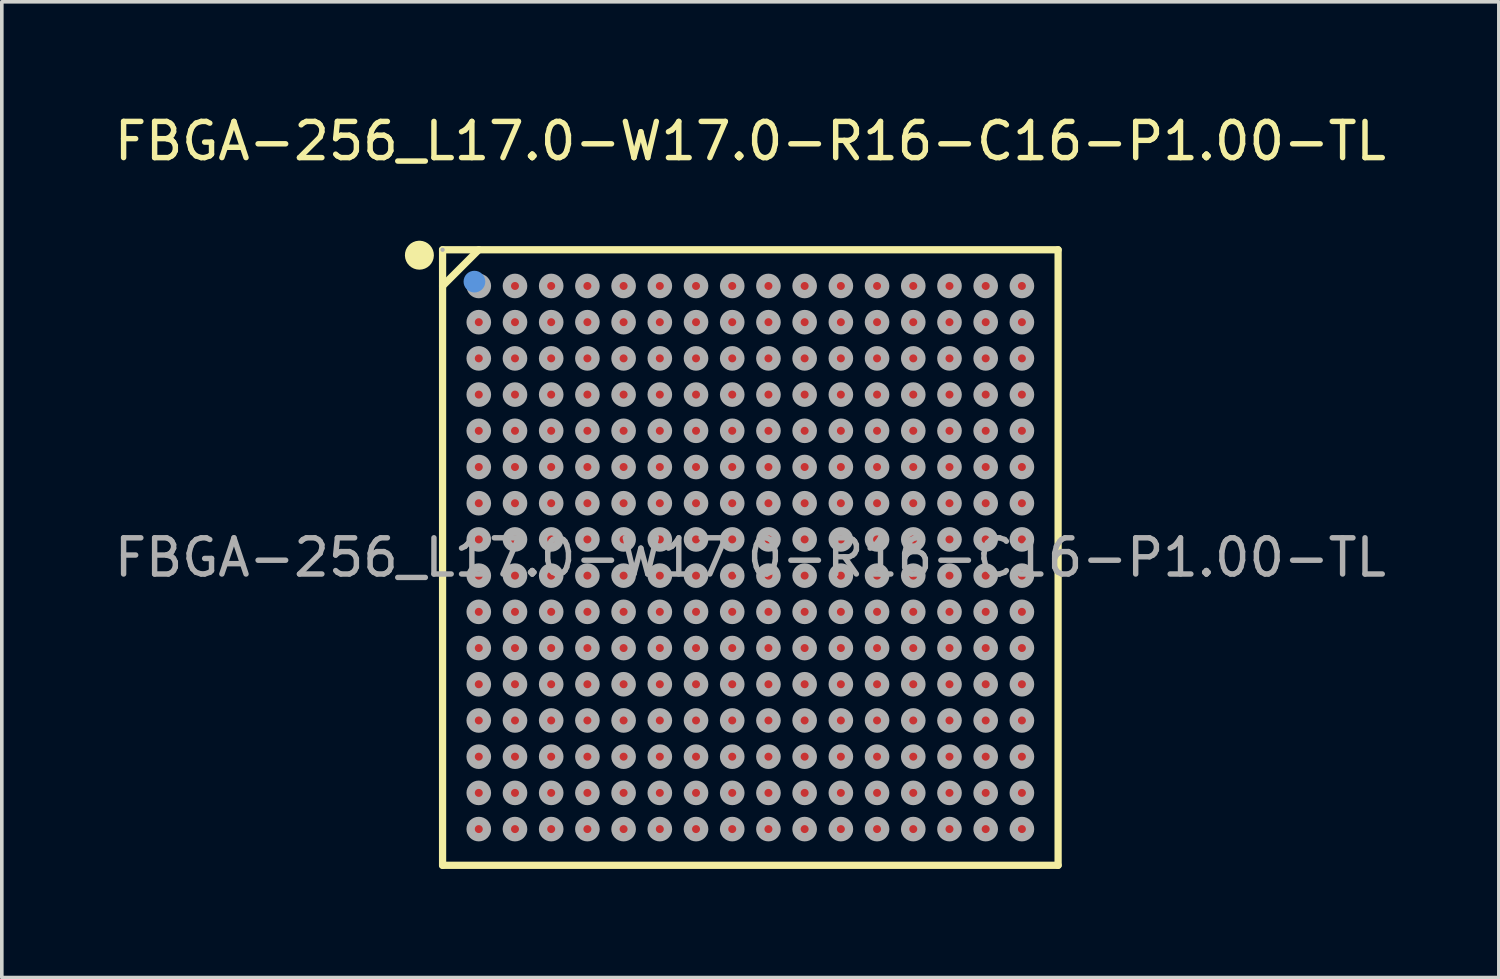
<source format=kicad_pcb>
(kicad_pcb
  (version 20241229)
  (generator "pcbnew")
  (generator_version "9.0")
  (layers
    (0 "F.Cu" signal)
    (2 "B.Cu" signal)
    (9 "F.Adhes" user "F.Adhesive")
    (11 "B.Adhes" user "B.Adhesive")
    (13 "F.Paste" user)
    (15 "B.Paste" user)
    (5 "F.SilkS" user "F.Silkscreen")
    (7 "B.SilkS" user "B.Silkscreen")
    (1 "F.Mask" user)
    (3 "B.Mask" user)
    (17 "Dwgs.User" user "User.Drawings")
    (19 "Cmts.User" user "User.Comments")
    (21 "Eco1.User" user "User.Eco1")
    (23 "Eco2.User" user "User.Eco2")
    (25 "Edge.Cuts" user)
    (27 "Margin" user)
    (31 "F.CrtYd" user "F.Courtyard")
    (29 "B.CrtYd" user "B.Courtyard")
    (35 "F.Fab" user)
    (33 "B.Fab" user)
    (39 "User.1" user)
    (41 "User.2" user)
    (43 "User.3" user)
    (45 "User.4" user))
  (footprint "FBGA-256_L17.0-W17.0-R16-C16-P1.00-TL"
    (layer "F.Cu")
    (at 17.673 12.348)
    (property "Reference" "FBGA-256_L17.0-W17.0-R16-C16-P1.00-TL" (at 0 -11.5 0) (layer "F.SilkS") (effects (font (size 1 1) (thickness 0.15))))
    (attr through_hole)
    (fp_line (start -8.5 -8.5) (end 8.5 -8.5) (stroke (width 0.2) (type solid)) (layer "F.SilkS"))
    (fp_line (start -8.5 -7.5) (end -7.5 -8.5) (stroke (width 0.2) (type solid)) (layer "F.SilkS"))
    (fp_line (start -8.5 8.5) (end -8.5 -8.5) (stroke (width 0.2) (type solid)) (layer "F.SilkS"))
    (fp_line (start 8.5 -8.5) (end 8.5 8.5) (stroke (width 0.2) (type solid)) (layer "F.SilkS"))
    (fp_line (start 8.5 8.5) (end -8.5 8.5) (stroke (width 0.2) (type solid)) (layer "F.SilkS"))
    (fp_arc (start -9.13 -8.55) (mid -9.139991 -8.14975) (end -9.150018 -8.549999) (stroke (width 0.4) (type solid)) (layer "F.SilkS"))
    (fp_circle (center -7.62 -7.62) (end -7.47 -7.62) (stroke (width 0.3) (type solid)) (fill no) (layer "Cmts.User"))
    (fp_circle (center -8.5 -8.5) (end -8.47 -8.5) (stroke (width 0.06) (type solid)) (fill no) (layer "F.Fab"))
    (fp_circle (center -7.5 -7.5) (end -7.39 -7.5) (stroke (width 0.23) (type solid)) (fill no) (layer "F.Fab"))
    (fp_circle (center -7.5 -6.5) (end -7.39 -6.5) (stroke (width 0.23) (type solid)) (fill no) (layer "F.Fab"))
    (fp_circle (center -7.5 -5.5) (end -7.39 -5.5) (stroke (width 0.23) (type solid)) (fill no) (layer "F.Fab"))
    (fp_circle (center -7.5 -4.5) (end -7.39 -4.5) (stroke (width 0.23) (type solid)) (fill no) (layer "F.Fab"))
    (fp_circle (center -7.5 -3.5) (end -7.39 -3.5) (stroke (width 0.23) (type solid)) (fill no) (layer "F.Fab"))
    (fp_circle (center -7.5 -2.5) (end -7.39 -2.5) (stroke (width 0.23) (type solid)) (fill no) (layer "F.Fab"))
    (fp_circle (center -7.5 -1.5) (end -7.39 -1.5) (stroke (width 0.23) (type solid)) (fill no) (layer "F.Fab"))
    (fp_circle (center -7.5 -0.5) (end -7.39 -0.5) (stroke (width 0.23) (type solid)) (fill no) (layer "F.Fab"))
    (fp_circle (center -7.5 0.5) (end -7.39 0.5) (stroke (width 0.23) (type solid)) (fill no) (layer "F.Fab"))
    (fp_circle (center -7.5 1.5) (end -7.39 1.5) (stroke (width 0.23) (type solid)) (fill no) (layer "F.Fab"))
    (fp_circle (center -7.5 2.5) (end -7.39 2.5) (stroke (width 0.23) (type solid)) (fill no) (layer "F.Fab"))
    (fp_circle (center -7.5 3.5) (end -7.39 3.5) (stroke (width 0.23) (type solid)) (fill no) (layer "F.Fab"))
    (fp_circle (center -7.5 4.5) (end -7.39 4.5) (stroke (width 0.23) (type solid)) (fill no) (layer "F.Fab"))
    (fp_circle (center -7.5 5.5) (end -7.39 5.5) (stroke (width 0.23) (type solid)) (fill no) (layer "F.Fab"))
    (fp_circle (center -7.5 6.5) (end -7.39 6.5) (stroke (width 0.23) (type solid)) (fill no) (layer "F.Fab"))
    (fp_circle (center -7.5 7.5) (end -7.39 7.5) (stroke (width 0.23) (type solid)) (fill no) (layer "F.Fab"))
    (fp_circle (center -6.5 -7.5) (end -6.39 -7.5) (stroke (width 0.23) (type solid)) (fill no) (layer "F.Fab"))
    (fp_circle (center -6.5 -6.5) (end -6.39 -6.5) (stroke (width 0.23) (type solid)) (fill no) (layer "F.Fab"))
    (fp_circle (center -6.5 -5.5) (end -6.39 -5.5) (stroke (width 0.23) (type solid)) (fill no) (layer "F.Fab"))
    (fp_circle (center -6.5 -4.5) (end -6.39 -4.5) (stroke (width 0.23) (type solid)) (fill no) (layer "F.Fab"))
    (fp_circle (center -6.5 -3.5) (end -6.39 -3.5) (stroke (width 0.23) (type solid)) (fill no) (layer "F.Fab"))
    (fp_circle (center -6.5 -2.5) (end -6.39 -2.5) (stroke (width 0.23) (type solid)) (fill no) (layer "F.Fab"))
    (fp_circle (center -6.5 -1.5) (end -6.39 -1.5) (stroke (width 0.23) (type solid)) (fill no) (layer "F.Fab"))
    (fp_circle (center -6.5 -0.5) (end -6.39 -0.5) (stroke (width 0.23) (type solid)) (fill no) (layer "F.Fab"))
    (fp_circle (center -6.5 0.5) (end -6.39 0.5) (stroke (width 0.23) (type solid)) (fill no) (layer "F.Fab"))
    (fp_circle (center -6.5 1.5) (end -6.39 1.5) (stroke (width 0.23) (type solid)) (fill no) (layer "F.Fab"))
    (fp_circle (center -6.5 2.5) (end -6.39 2.5) (stroke (width 0.23) (type solid)) (fill no) (layer "F.Fab"))
    (fp_circle (center -6.5 3.5) (end -6.39 3.5) (stroke (width 0.23) (type solid)) (fill no) (layer "F.Fab"))
    (fp_circle (center -6.5 4.5) (end -6.39 4.5) (stroke (width 0.23) (type solid)) (fill no) (layer "F.Fab"))
    (fp_circle (center -6.5 5.5) (end -6.39 5.5) (stroke (width 0.23) (type solid)) (fill no) (layer "F.Fab"))
    (fp_circle (center -6.5 6.5) (end -6.39 6.5) (stroke (width 0.23) (type solid)) (fill no) (layer "F.Fab"))
    (fp_circle (center -6.5 7.5) (end -6.39 7.5) (stroke (width 0.23) (type solid)) (fill no) (layer "F.Fab"))
    (fp_circle (center -5.5 -7.5) (end -5.39 -7.5) (stroke (width 0.23) (type solid)) (fill no) (layer "F.Fab"))
    (fp_circle (center -5.5 -6.5) (end -5.39 -6.5) (stroke (width 0.23) (type solid)) (fill no) (layer "F.Fab"))
    (fp_circle (center -5.5 -5.5) (end -5.39 -5.5) (stroke (width 0.23) (type solid)) (fill no) (layer "F.Fab"))
    (fp_circle (center -5.5 -4.5) (end -5.39 -4.5) (stroke (width 0.23) (type solid)) (fill no) (layer "F.Fab"))
    (fp_circle (center -5.5 -3.5) (end -5.39 -3.5) (stroke (width 0.23) (type solid)) (fill no) (layer "F.Fab"))
    (fp_circle (center -5.5 -2.5) (end -5.39 -2.5) (stroke (width 0.23) (type solid)) (fill no) (layer "F.Fab"))
    (fp_circle (center -5.5 -1.5) (end -5.39 -1.5) (stroke (width 0.23) (type solid)) (fill no) (layer "F.Fab"))
    (fp_circle (center -5.5 -0.5) (end -5.39 -0.5) (stroke (width 0.23) (type solid)) (fill no) (layer "F.Fab"))
    (fp_circle (center -5.5 0.5) (end -5.39 0.5) (stroke (width 0.23) (type solid)) (fill no) (layer "F.Fab"))
    (fp_circle (center -5.5 1.5) (end -5.39 1.5) (stroke (width 0.23) (type solid)) (fill no) (layer "F.Fab"))
    (fp_circle (center -5.5 2.5) (end -5.39 2.5) (stroke (width 0.23) (type solid)) (fill no) (layer "F.Fab"))
    (fp_circle (center -5.5 3.5) (end -5.39 3.5) (stroke (width 0.23) (type solid)) (fill no) (layer "F.Fab"))
    (fp_circle (center -5.5 4.5) (end -5.39 4.5) (stroke (width 0.23) (type solid)) (fill no) (layer "F.Fab"))
    (fp_circle (center -5.5 5.5) (end -5.39 5.5) (stroke (width 0.23) (type solid)) (fill no) (layer "F.Fab"))
    (fp_circle (center -5.5 6.5) (end -5.39 6.5) (stroke (width 0.23) (type solid)) (fill no) (layer "F.Fab"))
    (fp_circle (center -5.5 7.5) (end -5.39 7.5) (stroke (width 0.23) (type solid)) (fill no) (layer "F.Fab"))
    (fp_circle (center -4.5 -7.5) (end -4.39 -7.5) (stroke (width 0.23) (type solid)) (fill no) (layer "F.Fab"))
    (fp_circle (center -4.5 -6.5) (end -4.39 -6.5) (stroke (width 0.23) (type solid)) (fill no) (layer "F.Fab"))
    (fp_circle (center -4.5 -5.5) (end -4.39 -5.5) (stroke (width 0.23) (type solid)) (fill no) (layer "F.Fab"))
    (fp_circle (center -4.5 -4.5) (end -4.39 -4.5) (stroke (width 0.23) (type solid)) (fill no) (layer "F.Fab"))
    (fp_circle (center -4.5 -3.5) (end -4.39 -3.5) (stroke (width 0.23) (type solid)) (fill no) (layer "F.Fab"))
    (fp_circle (center -4.5 -2.5) (end -4.39 -2.5) (stroke (width 0.23) (type solid)) (fill no) (layer "F.Fab"))
    (fp_circle (center -4.5 -1.5) (end -4.39 -1.5) (stroke (width 0.23) (type solid)) (fill no) (layer "F.Fab"))
    (fp_circle (center -4.5 -0.5) (end -4.39 -0.5) (stroke (width 0.23) (type solid)) (fill no) (layer "F.Fab"))
    (fp_circle (center -4.5 0.5) (end -4.39 0.5) (stroke (width 0.23) (type solid)) (fill no) (layer "F.Fab"))
    (fp_circle (center -4.5 1.5) (end -4.39 1.5) (stroke (width 0.23) (type solid)) (fill no) (layer "F.Fab"))
    (fp_circle (center -4.5 2.5) (end -4.39 2.5) (stroke (width 0.23) (type solid)) (fill no) (layer "F.Fab"))
    (fp_circle (center -4.5 3.5) (end -4.39 3.5) (stroke (width 0.23) (type solid)) (fill no) (layer "F.Fab"))
    (fp_circle (center -4.5 4.5) (end -4.39 4.5) (stroke (width 0.23) (type solid)) (fill no) (layer "F.Fab"))
    (fp_circle (center -4.5 5.5) (end -4.39 5.5) (stroke (width 0.23) (type solid)) (fill no) (layer "F.Fab"))
    (fp_circle (center -4.5 6.5) (end -4.39 6.5) (stroke (width 0.23) (type solid)) (fill no) (layer "F.Fab"))
    (fp_circle (center -4.5 7.5) (end -4.39 7.5) (stroke (width 0.23) (type solid)) (fill no) (layer "F.Fab"))
    (fp_circle (center -3.5 -7.5) (end -3.39 -7.5) (stroke (width 0.23) (type solid)) (fill no) (layer "F.Fab"))
    (fp_circle (center -3.5 -6.5) (end -3.39 -6.5) (stroke (width 0.23) (type solid)) (fill no) (layer "F.Fab"))
    (fp_circle (center -3.5 -5.5) (end -3.39 -5.5) (stroke (width 0.23) (type solid)) (fill no) (layer "F.Fab"))
    (fp_circle (center -3.5 -4.5) (end -3.39 -4.5) (stroke (width 0.23) (type solid)) (fill no) (layer "F.Fab"))
    (fp_circle (center -3.5 -3.5) (end -3.39 -3.5) (stroke (width 0.23) (type solid)) (fill no) (layer "F.Fab"))
    (fp_circle (center -3.5 -2.5) (end -3.39 -2.5) (stroke (width 0.23) (type solid)) (fill no) (layer "F.Fab"))
    (fp_circle (center -3.5 -1.5) (end -3.39 -1.5) (stroke (width 0.23) (type solid)) (fill no) (layer "F.Fab"))
    (fp_circle (center -3.5 -0.5) (end -3.39 -0.5) (stroke (width 0.23) (type solid)) (fill no) (layer "F.Fab"))
    (fp_circle (center -3.5 0.5) (end -3.39 0.5) (stroke (width 0.23) (type solid)) (fill no) (layer "F.Fab"))
    (fp_circle (center -3.5 1.5) (end -3.39 1.5) (stroke (width 0.23) (type solid)) (fill no) (layer "F.Fab"))
    (fp_circle (center -3.5 2.5) (end -3.39 2.5) (stroke (width 0.23) (type solid)) (fill no) (layer "F.Fab"))
    (fp_circle (center -3.5 3.5) (end -3.39 3.5) (stroke (width 0.23) (type solid)) (fill no) (layer "F.Fab"))
    (fp_circle (center -3.5 4.5) (end -3.39 4.5) (stroke (width 0.23) (type solid)) (fill no) (layer "F.Fab"))
    (fp_circle (center -3.5 5.5) (end -3.39 5.5) (stroke (width 0.23) (type solid)) (fill no) (layer "F.Fab"))
    (fp_circle (center -3.5 6.5) (end -3.39 6.5) (stroke (width 0.23) (type solid)) (fill no) (layer "F.Fab"))
    (fp_circle (center -3.5 7.5) (end -3.39 7.5) (stroke (width 0.23) (type solid)) (fill no) (layer "F.Fab"))
    (fp_circle (center -2.5 -7.5) (end -2.39 -7.5) (stroke (width 0.23) (type solid)) (fill no) (layer "F.Fab"))
    (fp_circle (center -2.5 -6.5) (end -2.39 -6.5) (stroke (width 0.23) (type solid)) (fill no) (layer "F.Fab"))
    (fp_circle (center -2.5 -5.5) (end -2.39 -5.5) (stroke (width 0.23) (type solid)) (fill no) (layer "F.Fab"))
    (fp_circle (center -2.5 -4.5) (end -2.39 -4.5) (stroke (width 0.23) (type solid)) (fill no) (layer "F.Fab"))
    (fp_circle (center -2.5 -3.5) (end -2.39 -3.5) (stroke (width 0.23) (type solid)) (fill no) (layer "F.Fab"))
    (fp_circle (center -2.5 -2.5) (end -2.39 -2.5) (stroke (width 0.23) (type solid)) (fill no) (layer "F.Fab"))
    (fp_circle (center -2.5 -1.5) (end -2.39 -1.5) (stroke (width 0.23) (type solid)) (fill no) (layer "F.Fab"))
    (fp_circle (center -2.5 -0.5) (end -2.39 -0.5) (stroke (width 0.23) (type solid)) (fill no) (layer "F.Fab"))
    (fp_circle (center -2.5 0.5) (end -2.39 0.5) (stroke (width 0.23) (type solid)) (fill no) (layer "F.Fab"))
    (fp_circle (center -2.5 1.5) (end -2.39 1.5) (stroke (width 0.23) (type solid)) (fill no) (layer "F.Fab"))
    (fp_circle (center -2.5 2.5) (end -2.39 2.5) (stroke (width 0.23) (type solid)) (fill no) (layer "F.Fab"))
    (fp_circle (center -2.5 3.5) (end -2.39 3.5) (stroke (width 0.23) (type solid)) (fill no) (layer "F.Fab"))
    (fp_circle (center -2.5 4.5) (end -2.39 4.5) (stroke (width 0.23) (type solid)) (fill no) (layer "F.Fab"))
    (fp_circle (center -2.5 5.5) (end -2.39 5.5) (stroke (width 0.23) (type solid)) (fill no) (layer "F.Fab"))
    (fp_circle (center -2.5 6.5) (end -2.39 6.5) (stroke (width 0.23) (type solid)) (fill no) (layer "F.Fab"))
    (fp_circle (center -2.5 7.5) (end -2.39 7.5) (stroke (width 0.23) (type solid)) (fill no) (layer "F.Fab"))
    (fp_circle (center -1.5 -7.5) (end -1.39 -7.5) (stroke (width 0.23) (type solid)) (fill no) (layer "F.Fab"))
    (fp_circle (center -1.5 -6.5) (end -1.39 -6.5) (stroke (width 0.23) (type solid)) (fill no) (layer "F.Fab"))
    (fp_circle (center -1.5 -5.5) (end -1.39 -5.5) (stroke (width 0.23) (type solid)) (fill no) (layer "F.Fab"))
    (fp_circle (center -1.5 -4.5) (end -1.39 -4.5) (stroke (width 0.23) (type solid)) (fill no) (layer "F.Fab"))
    (fp_circle (center -1.5 -3.5) (end -1.39 -3.5) (stroke (width 0.23) (type solid)) (fill no) (layer "F.Fab"))
    (fp_circle (center -1.5 -2.5) (end -1.39 -2.5) (stroke (width 0.23) (type solid)) (fill no) (layer "F.Fab"))
    (fp_circle (center -1.5 -1.5) (end -1.39 -1.5) (stroke (width 0.23) (type solid)) (fill no) (layer "F.Fab"))
    (fp_circle (center -1.5 -0.5) (end -1.39 -0.5) (stroke (width 0.23) (type solid)) (fill no) (layer "F.Fab"))
    (fp_circle (center -1.5 0.5) (end -1.39 0.5) (stroke (width 0.23) (type solid)) (fill no) (layer "F.Fab"))
    (fp_circle (center -1.5 1.5) (end -1.39 1.5) (stroke (width 0.23) (type solid)) (fill no) (layer "F.Fab"))
    (fp_circle (center -1.5 2.5) (end -1.39 2.5) (stroke (width 0.23) (type solid)) (fill no) (layer "F.Fab"))
    (fp_circle (center -1.5 3.5) (end -1.39 3.5) (stroke (width 0.23) (type solid)) (fill no) (layer "F.Fab"))
    (fp_circle (center -1.5 4.5) (end -1.39 4.5) (stroke (width 0.23) (type solid)) (fill no) (layer "F.Fab"))
    (fp_circle (center -1.5 5.5) (end -1.39 5.5) (stroke (width 0.23) (type solid)) (fill no) (layer "F.Fab"))
    (fp_circle (center -1.5 6.5) (end -1.39 6.5) (stroke (width 0.23) (type solid)) (fill no) (layer "F.Fab"))
    (fp_circle (center -1.5 7.5) (end -1.39 7.5) (stroke (width 0.23) (type solid)) (fill no) (layer "F.Fab"))
    (fp_circle (center -0.5 -7.5) (end -0.39 -7.5) (stroke (width 0.23) (type solid)) (fill no) (layer "F.Fab"))
    (fp_circle (center -0.5 -6.5) (end -0.39 -6.5) (stroke (width 0.23) (type solid)) (fill no) (layer "F.Fab"))
    (fp_circle (center -0.5 -5.5) (end -0.39 -5.5) (stroke (width 0.23) (type solid)) (fill no) (layer "F.Fab"))
    (fp_circle (center -0.5 -4.5) (end -0.39 -4.5) (stroke (width 0.23) (type solid)) (fill no) (layer "F.Fab"))
    (fp_circle (center -0.5 -3.5) (end -0.39 -3.5) (stroke (width 0.23) (type solid)) (fill no) (layer "F.Fab"))
    (fp_circle (center -0.5 -2.5) (end -0.39 -2.5) (stroke (width 0.23) (type solid)) (fill no) (layer "F.Fab"))
    (fp_circle (center -0.5 -1.5) (end -0.39 -1.5) (stroke (width 0.23) (type solid)) (fill no) (layer "F.Fab"))
    (fp_circle (center -0.5 -0.5) (end -0.39 -0.5) (stroke (width 0.23) (type solid)) (fill no) (layer "F.Fab"))
    (fp_circle (center -0.5 0.5) (end -0.39 0.5) (stroke (width 0.23) (type solid)) (fill no) (layer "F.Fab"))
    (fp_circle (center -0.5 1.5) (end -0.39 1.5) (stroke (width 0.23) (type solid)) (fill no) (layer "F.Fab"))
    (fp_circle (center -0.5 2.5) (end -0.39 2.5) (stroke (width 0.23) (type solid)) (fill no) (layer "F.Fab"))
    (fp_circle (center -0.5 3.5) (end -0.39 3.5) (stroke (width 0.23) (type solid)) (fill no) (layer "F.Fab"))
    (fp_circle (center -0.5 4.5) (end -0.39 4.5) (stroke (width 0.23) (type solid)) (fill no) (layer "F.Fab"))
    (fp_circle (center -0.5 5.5) (end -0.39 5.5) (stroke (width 0.23) (type solid)) (fill no) (layer "F.Fab"))
    (fp_circle (center -0.5 6.5) (end -0.39 6.5) (stroke (width 0.23) (type solid)) (fill no) (layer "F.Fab"))
    (fp_circle (center -0.5 7.5) (end -0.39 7.5) (stroke (width 0.23) (type solid)) (fill no) (layer "F.Fab"))
    (fp_circle (center 0.5 -7.5) (end 0.61 -7.5) (stroke (width 0.23) (type solid)) (fill no) (layer "F.Fab"))
    (fp_circle (center 0.5 -6.5) (end 0.61 -6.5) (stroke (width 0.23) (type solid)) (fill no) (layer "F.Fab"))
    (fp_circle (center 0.5 -5.5) (end 0.61 -5.5) (stroke (width 0.23) (type solid)) (fill no) (layer "F.Fab"))
    (fp_circle (center 0.5 -4.5) (end 0.61 -4.5) (stroke (width 0.23) (type solid)) (fill no) (layer "F.Fab"))
    (fp_circle (center 0.5 -3.5) (end 0.61 -3.5) (stroke (width 0.23) (type solid)) (fill no) (layer "F.Fab"))
    (fp_circle (center 0.5 -2.5) (end 0.61 -2.5) (stroke (width 0.23) (type solid)) (fill no) (layer "F.Fab"))
    (fp_circle (center 0.5 -1.5) (end 0.61 -1.5) (stroke (width 0.23) (type solid)) (fill no) (layer "F.Fab"))
    (fp_circle (center 0.5 -0.5) (end 0.61 -0.5) (stroke (width 0.23) (type solid)) (fill no) (layer "F.Fab"))
    (fp_circle (center 0.5 0.5) (end 0.61 0.5) (stroke (width 0.23) (type solid)) (fill no) (layer "F.Fab"))
    (fp_circle (center 0.5 1.5) (end 0.61 1.5) (stroke (width 0.23) (type solid)) (fill no) (layer "F.Fab"))
    (fp_circle (center 0.5 2.5) (end 0.61 2.5) (stroke (width 0.23) (type solid)) (fill no) (layer "F.Fab"))
    (fp_circle (center 0.5 3.5) (end 0.61 3.5) (stroke (width 0.23) (type solid)) (fill no) (layer "F.Fab"))
    (fp_circle (center 0.5 4.5) (end 0.61 4.5) (stroke (width 0.23) (type solid)) (fill no) (layer "F.Fab"))
    (fp_circle (center 0.5 5.5) (end 0.61 5.5) (stroke (width 0.23) (type solid)) (fill no) (layer "F.Fab"))
    (fp_circle (center 0.5 6.5) (end 0.61 6.5) (stroke (width 0.23) (type solid)) (fill no) (layer "F.Fab"))
    (fp_circle (center 0.5 7.5) (end 0.61 7.5) (stroke (width 0.23) (type solid)) (fill no) (layer "F.Fab"))
    (fp_circle (center 1.5 -7.5) (end 1.61 -7.5) (stroke (width 0.23) (type solid)) (fill no) (layer "F.Fab"))
    (fp_circle (center 1.5 -6.5) (end 1.61 -6.5) (stroke (width 0.23) (type solid)) (fill no) (layer "F.Fab"))
    (fp_circle (center 1.5 -5.5) (end 1.61 -5.5) (stroke (width 0.23) (type solid)) (fill no) (layer "F.Fab"))
    (fp_circle (center 1.5 -4.5) (end 1.61 -4.5) (stroke (width 0.23) (type solid)) (fill no) (layer "F.Fab"))
    (fp_circle (center 1.5 -3.5) (end 1.61 -3.5) (stroke (width 0.23) (type solid)) (fill no) (layer "F.Fab"))
    (fp_circle (center 1.5 -2.5) (end 1.61 -2.5) (stroke (width 0.23) (type solid)) (fill no) (layer "F.Fab"))
    (fp_circle (center 1.5 -1.5) (end 1.61 -1.5) (stroke (width 0.23) (type solid)) (fill no) (layer "F.Fab"))
    (fp_circle (center 1.5 -0.5) (end 1.61 -0.5) (stroke (width 0.23) (type solid)) (fill no) (layer "F.Fab"))
    (fp_circle (center 1.5 0.5) (end 1.61 0.5) (stroke (width 0.23) (type solid)) (fill no) (layer "F.Fab"))
    (fp_circle (center 1.5 1.5) (end 1.61 1.5) (stroke (width 0.23) (type solid)) (fill no) (layer "F.Fab"))
    (fp_circle (center 1.5 2.5) (end 1.61 2.5) (stroke (width 0.23) (type solid)) (fill no) (layer "F.Fab"))
    (fp_circle (center 1.5 3.5) (end 1.61 3.5) (stroke (width 0.23) (type solid)) (fill no) (layer "F.Fab"))
    (fp_circle (center 1.5 4.5) (end 1.61 4.5) (stroke (width 0.23) (type solid)) (fill no) (layer "F.Fab"))
    (fp_circle (center 1.5 5.5) (end 1.61 5.5) (stroke (width 0.23) (type solid)) (fill no) (layer "F.Fab"))
    (fp_circle (center 1.5 6.5) (end 1.61 6.5) (stroke (width 0.23) (type solid)) (fill no) (layer "F.Fab"))
    (fp_circle (center 1.5 7.5) (end 1.61 7.5) (stroke (width 0.23) (type solid)) (fill no) (layer "F.Fab"))
    (fp_circle (center 2.5 -7.5) (end 2.61 -7.5) (stroke (width 0.23) (type solid)) (fill no) (layer "F.Fab"))
    (fp_circle (center 2.5 -6.5) (end 2.61 -6.5) (stroke (width 0.23) (type solid)) (fill no) (layer "F.Fab"))
    (fp_circle (center 2.5 -5.5) (end 2.61 -5.5) (stroke (width 0.23) (type solid)) (fill no) (layer "F.Fab"))
    (fp_circle (center 2.5 -4.5) (end 2.61 -4.5) (stroke (width 0.23) (type solid)) (fill no) (layer "F.Fab"))
    (fp_circle (center 2.5 -3.5) (end 2.61 -3.5) (stroke (width 0.23) (type solid)) (fill no) (layer "F.Fab"))
    (fp_circle (center 2.5 -2.5) (end 2.61 -2.5) (stroke (width 0.23) (type solid)) (fill no) (layer "F.Fab"))
    (fp_circle (center 2.5 -1.5) (end 2.61 -1.5) (stroke (width 0.23) (type solid)) (fill no) (layer "F.Fab"))
    (fp_circle (center 2.5 -0.5) (end 2.61 -0.5) (stroke (width 0.23) (type solid)) (fill no) (layer "F.Fab"))
    (fp_circle (center 2.5 0.5) (end 2.61 0.5) (stroke (width 0.23) (type solid)) (fill no) (layer "F.Fab"))
    (fp_circle (center 2.5 1.5) (end 2.61 1.5) (stroke (width 0.23) (type solid)) (fill no) (layer "F.Fab"))
    (fp_circle (center 2.5 2.5) (end 2.61 2.5) (stroke (width 0.23) (type solid)) (fill no) (layer "F.Fab"))
    (fp_circle (center 2.5 3.5) (end 2.61 3.5) (stroke (width 0.23) (type solid)) (fill no) (layer "F.Fab"))
    (fp_circle (center 2.5 4.5) (end 2.61 4.5) (stroke (width 0.23) (type solid)) (fill no) (layer "F.Fab"))
    (fp_circle (center 2.5 5.5) (end 2.61 5.5) (stroke (width 0.23) (type solid)) (fill no) (layer "F.Fab"))
    (fp_circle (center 2.5 6.5) (end 2.61 6.5) (stroke (width 0.23) (type solid)) (fill no) (layer "F.Fab"))
    (fp_circle (center 2.5 7.5) (end 2.61 7.5) (stroke (width 0.23) (type solid)) (fill no) (layer "F.Fab"))
    (fp_circle (center 3.5 -7.5) (end 3.61 -7.5) (stroke (width 0.23) (type solid)) (fill no) (layer "F.Fab"))
    (fp_circle (center 3.5 -6.5) (end 3.61 -6.5) (stroke (width 0.23) (type solid)) (fill no) (layer "F.Fab"))
    (fp_circle (center 3.5 -5.5) (end 3.61 -5.5) (stroke (width 0.23) (type solid)) (fill no) (layer "F.Fab"))
    (fp_circle (center 3.5 -4.5) (end 3.61 -4.5) (stroke (width 0.23) (type solid)) (fill no) (layer "F.Fab"))
    (fp_circle (center 3.5 -3.5) (end 3.61 -3.5) (stroke (width 0.23) (type solid)) (fill no) (layer "F.Fab"))
    (fp_circle (center 3.5 -2.5) (end 3.61 -2.5) (stroke (width 0.23) (type solid)) (fill no) (layer "F.Fab"))
    (fp_circle (center 3.5 -1.5) (end 3.61 -1.5) (stroke (width 0.23) (type solid)) (fill no) (layer "F.Fab"))
    (fp_circle (center 3.5 -0.5) (end 3.61 -0.5) (stroke (width 0.23) (type solid)) (fill no) (layer "F.Fab"))
    (fp_circle (center 3.5 0.5) (end 3.61 0.5) (stroke (width 0.23) (type solid)) (fill no) (layer "F.Fab"))
    (fp_circle (center 3.5 1.5) (end 3.61 1.5) (stroke (width 0.23) (type solid)) (fill no) (layer "F.Fab"))
    (fp_circle (center 3.5 2.5) (end 3.61 2.5) (stroke (width 0.23) (type solid)) (fill no) (layer "F.Fab"))
    (fp_circle (center 3.5 3.5) (end 3.61 3.5) (stroke (width 0.23) (type solid)) (fill no) (layer "F.Fab"))
    (fp_circle (center 3.5 4.5) (end 3.61 4.5) (stroke (width 0.23) (type solid)) (fill no) (layer "F.Fab"))
    (fp_circle (center 3.5 5.5) (end 3.61 5.5) (stroke (width 0.23) (type solid)) (fill no) (layer "F.Fab"))
    (fp_circle (center 3.5 6.5) (end 3.61 6.5) (stroke (width 0.23) (type solid)) (fill no) (layer "F.Fab"))
    (fp_circle (center 3.5 7.5) (end 3.61 7.5) (stroke (width 0.23) (type solid)) (fill no) (layer "F.Fab"))
    (fp_circle (center 4.5 -7.5) (end 4.61 -7.5) (stroke (width 0.23) (type solid)) (fill no) (layer "F.Fab"))
    (fp_circle (center 4.5 -6.5) (end 4.61 -6.5) (stroke (width 0.23) (type solid)) (fill no) (layer "F.Fab"))
    (fp_circle (center 4.5 -5.5) (end 4.61 -5.5) (stroke (width 0.23) (type solid)) (fill no) (layer "F.Fab"))
    (fp_circle (center 4.5 -4.5) (end 4.61 -4.5) (stroke (width 0.23) (type solid)) (fill no) (layer "F.Fab"))
    (fp_circle (center 4.5 -3.5) (end 4.61 -3.5) (stroke (width 0.23) (type solid)) (fill no) (layer "F.Fab"))
    (fp_circle (center 4.5 -2.5) (end 4.61 -2.5) (stroke (width 0.23) (type solid)) (fill no) (layer "F.Fab"))
    (fp_circle (center 4.5 -1.5) (end 4.61 -1.5) (stroke (width 0.23) (type solid)) (fill no) (layer "F.Fab"))
    (fp_circle (center 4.5 -0.5) (end 4.61 -0.5) (stroke (width 0.23) (type solid)) (fill no) (layer "F.Fab"))
    (fp_circle (center 4.5 0.5) (end 4.61 0.5) (stroke (width 0.23) (type solid)) (fill no) (layer "F.Fab"))
    (fp_circle (center 4.5 1.5) (end 4.61 1.5) (stroke (width 0.23) (type solid)) (fill no) (layer "F.Fab"))
    (fp_circle (center 4.5 2.5) (end 4.61 2.5) (stroke (width 0.23) (type solid)) (fill no) (layer "F.Fab"))
    (fp_circle (center 4.5 3.5) (end 4.61 3.5) (stroke (width 0.23) (type solid)) (fill no) (layer "F.Fab"))
    (fp_circle (center 4.5 4.5) (end 4.61 4.5) (stroke (width 0.23) (type solid)) (fill no) (layer "F.Fab"))
    (fp_circle (center 4.5 5.5) (end 4.61 5.5) (stroke (width 0.23) (type solid)) (fill no) (layer "F.Fab"))
    (fp_circle (center 4.5 6.5) (end 4.61 6.5) (stroke (width 0.23) (type solid)) (fill no) (layer "F.Fab"))
    (fp_circle (center 4.5 7.5) (end 4.61 7.5) (stroke (width 0.23) (type solid)) (fill no) (layer "F.Fab"))
    (fp_circle (center 5.5 -7.5) (end 5.61 -7.5) (stroke (width 0.23) (type solid)) (fill no) (layer "F.Fab"))
    (fp_circle (center 5.5 -6.5) (end 5.61 -6.5) (stroke (width 0.23) (type solid)) (fill no) (layer "F.Fab"))
    (fp_circle (center 5.5 -5.5) (end 5.61 -5.5) (stroke (width 0.23) (type solid)) (fill no) (layer "F.Fab"))
    (fp_circle (center 5.5 -4.5) (end 5.61 -4.5) (stroke (width 0.23) (type solid)) (fill no) (layer "F.Fab"))
    (fp_circle (center 5.5 -3.5) (end 5.61 -3.5) (stroke (width 0.23) (type solid)) (fill no) (layer "F.Fab"))
    (fp_circle (center 5.5 -2.5) (end 5.61 -2.5) (stroke (width 0.23) (type solid)) (fill no) (layer "F.Fab"))
    (fp_circle (center 5.5 -1.5) (end 5.61 -1.5) (stroke (width 0.23) (type solid)) (fill no) (layer "F.Fab"))
    (fp_circle (center 5.5 -0.5) (end 5.61 -0.5) (stroke (width 0.23) (type solid)) (fill no) (layer "F.Fab"))
    (fp_circle (center 5.5 0.5) (end 5.61 0.5) (stroke (width 0.23) (type solid)) (fill no) (layer "F.Fab"))
    (fp_circle (center 5.5 1.5) (end 5.61 1.5) (stroke (width 0.23) (type solid)) (fill no) (layer "F.Fab"))
    (fp_circle (center 5.5 2.5) (end 5.61 2.5) (stroke (width 0.23) (type solid)) (fill no) (layer "F.Fab"))
    (fp_circle (center 5.5 3.5) (end 5.61 3.5) (stroke (width 0.23) (type solid)) (fill no) (layer "F.Fab"))
    (fp_circle (center 5.5 4.5) (end 5.61 4.5) (stroke (width 0.23) (type solid)) (fill no) (layer "F.Fab"))
    (fp_circle (center 5.5 5.5) (end 5.61 5.5) (stroke (width 0.23) (type solid)) (fill no) (layer "F.Fab"))
    (fp_circle (center 5.5 6.5) (end 5.61 6.5) (stroke (width 0.23) (type solid)) (fill no) (layer "F.Fab"))
    (fp_circle (center 5.5 7.5) (end 5.61 7.5) (stroke (width 0.23) (type solid)) (fill no) (layer "F.Fab"))
    (fp_circle (center 6.5 -7.5) (end 6.61 -7.5) (stroke (width 0.23) (type solid)) (fill no) (layer "F.Fab"))
    (fp_circle (center 6.5 -6.5) (end 6.61 -6.5) (stroke (width 0.23) (type solid)) (fill no) (layer "F.Fab"))
    (fp_circle (center 6.5 -5.5) (end 6.61 -5.5) (stroke (width 0.23) (type solid)) (fill no) (layer "F.Fab"))
    (fp_circle (center 6.5 -4.5) (end 6.61 -4.5) (stroke (width 0.23) (type solid)) (fill no) (layer "F.Fab"))
    (fp_circle (center 6.5 -3.5) (end 6.61 -3.5) (stroke (width 0.23) (type solid)) (fill no) (layer "F.Fab"))
    (fp_circle (center 6.5 -2.5) (end 6.61 -2.5) (stroke (width 0.23) (type solid)) (fill no) (layer "F.Fab"))
    (fp_circle (center 6.5 -1.5) (end 6.61 -1.5) (stroke (width 0.23) (type solid)) (fill no) (layer "F.Fab"))
    (fp_circle (center 6.5 -0.5) (end 6.61 -0.5) (stroke (width 0.23) (type solid)) (fill no) (layer "F.Fab"))
    (fp_circle (center 6.5 0.5) (end 6.61 0.5) (stroke (width 0.23) (type solid)) (fill no) (layer "F.Fab"))
    (fp_circle (center 6.5 1.5) (end 6.61 1.5) (stroke (width 0.23) (type solid)) (fill no) (layer "F.Fab"))
    (fp_circle (center 6.5 2.5) (end 6.61 2.5) (stroke (width 0.23) (type solid)) (fill no) (layer "F.Fab"))
    (fp_circle (center 6.5 3.5) (end 6.61 3.5) (stroke (width 0.23) (type solid)) (fill no) (layer "F.Fab"))
    (fp_circle (center 6.5 4.5) (end 6.61 4.5) (stroke (width 0.23) (type solid)) (fill no) (layer "F.Fab"))
    (fp_circle (center 6.5 5.5) (end 6.61 5.5) (stroke (width 0.23) (type solid)) (fill no) (layer "F.Fab"))
    (fp_circle (center 6.5 6.5) (end 6.61 6.5) (stroke (width 0.23) (type solid)) (fill no) (layer "F.Fab"))
    (fp_circle (center 6.5 7.5) (end 6.61 7.5) (stroke (width 0.23) (type solid)) (fill no) (layer "F.Fab"))
    (fp_circle (center 7.5 -7.5) (end 7.61 -7.5) (stroke (width 0.23) (type solid)) (fill no) (layer "F.Fab"))
    (fp_circle (center 7.5 -6.5) (end 7.61 -6.5) (stroke (width 0.23) (type solid)) (fill no) (layer "F.Fab"))
    (fp_circle (center 7.5 -5.5) (end 7.61 -5.5) (stroke (width 0.23) (type solid)) (fill no) (layer "F.Fab"))
    (fp_circle (center 7.5 -4.5) (end 7.61 -4.5) (stroke (width 0.23) (type solid)) (fill no) (layer "F.Fab"))
    (fp_circle (center 7.5 -3.5) (end 7.61 -3.5) (stroke (width 0.23) (type solid)) (fill no) (layer "F.Fab"))
    (fp_circle (center 7.5 -2.5) (end 7.61 -2.5) (stroke (width 0.23) (type solid)) (fill no) (layer "F.Fab"))
    (fp_circle (center 7.5 -1.5) (end 7.61 -1.5) (stroke (width 0.23) (type solid)) (fill no) (layer "F.Fab"))
    (fp_circle (center 7.5 -0.5) (end 7.61 -0.5) (stroke (width 0.23) (type solid)) (fill no) (layer "F.Fab"))
    (fp_circle (center 7.5 0.5) (end 7.61 0.5) (stroke (width 0.23) (type solid)) (fill no) (layer "F.Fab"))
    (fp_circle (center 7.5 1.5) (end 7.61 1.5) (stroke (width 0.23) (type solid)) (fill no) (layer "F.Fab"))
    (fp_circle (center 7.5 2.5) (end 7.61 2.5) (stroke (width 0.23) (type solid)) (fill no) (layer "F.Fab"))
    (fp_circle (center 7.5 3.5) (end 7.61 3.5) (stroke (width 0.23) (type solid)) (fill no) (layer "F.Fab"))
    (fp_circle (center 7.5 4.5) (end 7.61 4.5) (stroke (width 0.23) (type solid)) (fill no) (layer "F.Fab"))
    (fp_circle (center 7.5 5.5) (end 7.61 5.5) (stroke (width 0.23) (type solid)) (fill no) (layer "F.Fab"))
    (fp_circle (center 7.5 6.5) (end 7.61 6.5) (stroke (width 0.23) (type solid)) (fill no) (layer "F.Fab"))
    (fp_circle (center 7.5 7.5) (end 7.61 7.5) (stroke (width 0.23) (type solid)) (fill no) (layer "F.Fab"))
    (fp_text user "${REFERENCE}" (at 0 0 0) (layer "F.Fab") (effects (font (size 1 1) (thickness 0.15))))
    (pad "A1" smd circle (at -7.5 -7.5) (size 0.45 0.45) (layers "F.Cu" "F.Mask" "F.Paste"))
    (pad "A2" smd circle (at -6.5 -7.5) (size 0.45 0.45) (layers "F.Cu" "F.Mask" "F.Paste"))
    (pad "A3" smd circle (at -5.5 -7.5) (size 0.45 0.45) (layers "F.Cu" "F.Mask" "F.Paste"))
    (pad "A4" smd circle (at -4.5 -7.5) (size 0.45 0.45) (layers "F.Cu" "F.Mask" "F.Paste"))
    (pad "A5" smd circle (at -3.5 -7.5) (size 0.45 0.45) (layers "F.Cu" "F.Mask" "F.Paste"))
    (pad "A6" smd circle (at -2.5 -7.5) (size 0.45 0.45) (layers "F.Cu" "F.Mask" "F.Paste"))
    (pad "A7" smd circle (at -1.5 -7.5) (size 0.45 0.45) (layers "F.Cu" "F.Mask" "F.Paste"))
    (pad "A8" smd circle (at -0.5 -7.5) (size 0.45 0.45) (layers "F.Cu" "F.Mask" "F.Paste"))
    (pad "A9" smd circle (at 0.5 -7.5) (size 0.45 0.45) (layers "F.Cu" "F.Mask" "F.Paste"))
    (pad "A10" smd circle (at 1.5 -7.5) (size 0.45 0.45) (layers "F.Cu" "F.Mask" "F.Paste"))
    (pad "A11" smd circle (at 2.5 -7.5) (size 0.45 0.45) (layers "F.Cu" "F.Mask" "F.Paste"))
    (pad "A12" smd circle (at 3.5 -7.5) (size 0.45 0.45) (layers "F.Cu" "F.Mask" "F.Paste"))
    (pad "A13" smd circle (at 4.5 -7.5) (size 0.45 0.45) (layers "F.Cu" "F.Mask" "F.Paste"))
    (pad "A14" smd circle (at 5.5 -7.5) (size 0.45 0.45) (layers "F.Cu" "F.Mask" "F.Paste"))
    (pad "A15" smd circle (at 6.5 -7.5) (size 0.45 0.45) (layers "F.Cu" "F.Mask" "F.Paste"))
    (pad "A16" smd circle (at 7.5 -7.5) (size 0.45 0.45) (layers "F.Cu" "F.Mask" "F.Paste"))
    (pad "B1" smd circle (at -7.5 -6.5) (size 0.45 0.45) (layers "F.Cu" "F.Mask" "F.Paste"))
    (pad "B2" smd circle (at -6.5 -6.5) (size 0.45 0.45) (layers "F.Cu" "F.Mask" "F.Paste"))
    (pad "B3" smd circle (at -5.5 -6.5) (size 0.45 0.45) (layers "F.Cu" "F.Mask" "F.Paste"))
    (pad "B4" smd circle (at -4.5 -6.5) (size 0.45 0.45) (layers "F.Cu" "F.Mask" "F.Paste"))
    (pad "B5" smd circle (at -3.5 -6.5) (size 0.45 0.45) (layers "F.Cu" "F.Mask" "F.Paste"))
    (pad "B6" smd circle (at -2.5 -6.5) (size 0.45 0.45) (layers "F.Cu" "F.Mask" "F.Paste"))
    (pad "B7" smd circle (at -1.5 -6.5) (size 0.45 0.45) (layers "F.Cu" "F.Mask" "F.Paste"))
    (pad "B8" smd circle (at -0.5 -6.5) (size 0.45 0.45) (layers "F.Cu" "F.Mask" "F.Paste"))
    (pad "B9" smd circle (at 0.5 -6.5) (size 0.45 0.45) (layers "F.Cu" "F.Mask" "F.Paste"))
    (pad "B10" smd circle (at 1.5 -6.5) (size 0.45 0.45) (layers "F.Cu" "F.Mask" "F.Paste"))
    (pad "B11" smd circle (at 2.5 -6.5) (size 0.45 0.45) (layers "F.Cu" "F.Mask" "F.Paste"))
    (pad "B12" smd circle (at 3.5 -6.5) (size 0.45 0.45) (layers "F.Cu" "F.Mask" "F.Paste"))
    (pad "B13" smd circle (at 4.5 -6.5) (size 0.45 0.45) (layers "F.Cu" "F.Mask" "F.Paste"))
    (pad "B14" smd circle (at 5.5 -6.5) (size 0.45 0.45) (layers "F.Cu" "F.Mask" "F.Paste"))
    (pad "B15" smd circle (at 6.5 -6.5) (size 0.45 0.45) (layers "F.Cu" "F.Mask" "F.Paste"))
    (pad "B16" smd circle (at 7.5 -6.5) (size 0.45 0.45) (layers "F.Cu" "F.Mask" "F.Paste"))
    (pad "C1" smd circle (at -7.5 -5.5) (size 0.45 0.45) (layers "F.Cu" "F.Mask" "F.Paste"))
    (pad "C2" smd circle (at -6.5 -5.5) (size 0.45 0.45) (layers "F.Cu" "F.Mask" "F.Paste"))
    (pad "C3" smd circle (at -5.5 -5.5) (size 0.45 0.45) (layers "F.Cu" "F.Mask" "F.Paste"))
    (pad "C4" smd circle (at -4.5 -5.5) (size 0.45 0.45) (layers "F.Cu" "F.Mask" "F.Paste"))
    (pad "C5" smd circle (at -3.5 -5.5) (size 0.45 0.45) (layers "F.Cu" "F.Mask" "F.Paste"))
    (pad "C6" smd circle (at -2.5 -5.5) (size 0.45 0.45) (layers "F.Cu" "F.Mask" "F.Paste"))
    (pad "C7" smd circle (at -1.5 -5.5) (size 0.45 0.45) (layers "F.Cu" "F.Mask" "F.Paste"))
    (pad "C8" smd circle (at -0.5 -5.5) (size 0.45 0.45) (layers "F.Cu" "F.Mask" "F.Paste"))
    (pad "C9" smd circle (at 0.5 -5.5) (size 0.45 0.45) (layers "F.Cu" "F.Mask" "F.Paste"))
    (pad "C10" smd circle (at 1.5 -5.5) (size 0.45 0.45) (layers "F.Cu" "F.Mask" "F.Paste"))
    (pad "C11" smd circle (at 2.5 -5.5) (size 0.45 0.45) (layers "F.Cu" "F.Mask" "F.Paste"))
    (pad "C12" smd circle (at 3.5 -5.5) (size 0.45 0.45) (layers "F.Cu" "F.Mask" "F.Paste"))
    (pad "C13" smd circle (at 4.5 -5.5) (size 0.45 0.45) (layers "F.Cu" "F.Mask" "F.Paste"))
    (pad "C14" smd circle (at 5.5 -5.5) (size 0.45 0.45) (layers "F.Cu" "F.Mask" "F.Paste"))
    (pad "C15" smd circle (at 6.5 -5.5) (size 0.45 0.45) (layers "F.Cu" "F.Mask" "F.Paste"))
    (pad "C16" smd circle (at 7.5 -5.5) (size 0.45 0.45) (layers "F.Cu" "F.Mask" "F.Paste"))
    (pad "D1" smd circle (at -7.5 -4.5) (size 0.45 0.45) (layers "F.Cu" "F.Mask" "F.Paste"))
    (pad "D2" smd circle (at -6.5 -4.5) (size 0.45 0.45) (layers "F.Cu" "F.Mask" "F.Paste"))
    (pad "D3" smd circle (at -5.5 -4.5) (size 0.45 0.45) (layers "F.Cu" "F.Mask" "F.Paste"))
    (pad "D4" smd circle (at -4.5 -4.5) (size 0.45 0.45) (layers "F.Cu" "F.Mask" "F.Paste"))
    (pad "D5" smd circle (at -3.5 -4.5) (size 0.45 0.45) (layers "F.Cu" "F.Mask" "F.Paste"))
    (pad "D6" smd circle (at -2.5 -4.5) (size 0.45 0.45) (layers "F.Cu" "F.Mask" "F.Paste"))
    (pad "D7" smd circle (at -1.5 -4.5) (size 0.45 0.45) (layers "F.Cu" "F.Mask" "F.Paste"))
    (pad "D8" smd circle (at -0.5 -4.5) (size 0.45 0.45) (layers "F.Cu" "F.Mask" "F.Paste"))
    (pad "D9" smd circle (at 0.5 -4.5) (size 0.45 0.45) (layers "F.Cu" "F.Mask" "F.Paste"))
    (pad "D10" smd circle (at 1.5 -4.5) (size 0.45 0.45) (layers "F.Cu" "F.Mask" "F.Paste"))
    (pad "D11" smd circle (at 2.5 -4.5) (size 0.45 0.45) (layers "F.Cu" "F.Mask" "F.Paste"))
    (pad "D12" smd circle (at 3.5 -4.5) (size 0.45 0.45) (layers "F.Cu" "F.Mask" "F.Paste"))
    (pad "D13" smd circle (at 4.5 -4.5) (size 0.45 0.45) (layers "F.Cu" "F.Mask" "F.Paste"))
    (pad "D14" smd circle (at 5.5 -4.5) (size 0.45 0.45) (layers "F.Cu" "F.Mask" "F.Paste"))
    (pad "D15" smd circle (at 6.5 -4.5) (size 0.45 0.45) (layers "F.Cu" "F.Mask" "F.Paste"))
    (pad "D16" smd circle (at 7.5 -4.5) (size 0.45 0.45) (layers "F.Cu" "F.Mask" "F.Paste"))
    (pad "E1" smd circle (at -7.5 -3.5) (size 0.45 0.45) (layers "F.Cu" "F.Mask" "F.Paste"))
    (pad "E2" smd circle (at -6.5 -3.5) (size 0.45 0.45) (layers "F.Cu" "F.Mask" "F.Paste"))
    (pad "E3" smd circle (at -5.5 -3.5) (size 0.45 0.45) (layers "F.Cu" "F.Mask" "F.Paste"))
    (pad "E4" smd circle (at -4.5 -3.5) (size 0.45 0.45) (layers "F.Cu" "F.Mask" "F.Paste"))
    (pad "E5" smd circle (at -3.5 -3.5) (size 0.45 0.45) (layers "F.Cu" "F.Mask" "F.Paste"))
    (pad "E6" smd circle (at -2.5 -3.5) (size 0.45 0.45) (layers "F.Cu" "F.Mask" "F.Paste"))
    (pad "E7" smd circle (at -1.5 -3.5) (size 0.45 0.45) (layers "F.Cu" "F.Mask" "F.Paste"))
    (pad "E8" smd circle (at -0.5 -3.5) (size 0.45 0.45) (layers "F.Cu" "F.Mask" "F.Paste"))
    (pad "E9" smd circle (at 0.5 -3.5) (size 0.45 0.45) (layers "F.Cu" "F.Mask" "F.Paste"))
    (pad "E10" smd circle (at 1.5 -3.5) (size 0.45 0.45) (layers "F.Cu" "F.Mask" "F.Paste"))
    (pad "E11" smd circle (at 2.5 -3.5) (size 0.45 0.45) (layers "F.Cu" "F.Mask" "F.Paste"))
    (pad "E12" smd circle (at 3.5 -3.5) (size 0.45 0.45) (layers "F.Cu" "F.Mask" "F.Paste"))
    (pad "E13" smd circle (at 4.5 -3.5) (size 0.45 0.45) (layers "F.Cu" "F.Mask" "F.Paste"))
    (pad "E14" smd circle (at 5.5 -3.5) (size 0.45 0.45) (layers "F.Cu" "F.Mask" "F.Paste"))
    (pad "E15" smd circle (at 6.5 -3.5) (size 0.45 0.45) (layers "F.Cu" "F.Mask" "F.Paste"))
    (pad "E16" smd circle (at 7.5 -3.5) (size 0.45 0.45) (layers "F.Cu" "F.Mask" "F.Paste"))
    (pad "F1" smd circle (at -7.5 -2.5) (size 0.45 0.45) (layers "F.Cu" "F.Mask" "F.Paste"))
    (pad "F2" smd circle (at -6.5 -2.5) (size 0.45 0.45) (layers "F.Cu" "F.Mask" "F.Paste"))
    (pad "F3" smd circle (at -5.5 -2.5) (size 0.45 0.45) (layers "F.Cu" "F.Mask" "F.Paste"))
    (pad "F4" smd circle (at -4.5 -2.5) (size 0.45 0.45) (layers "F.Cu" "F.Mask" "F.Paste"))
    (pad "F5" smd circle (at -3.5 -2.5) (size 0.45 0.45) (layers "F.Cu" "F.Mask" "F.Paste"))
    (pad "F6" smd circle (at -2.5 -2.5) (size 0.45 0.45) (layers "F.Cu" "F.Mask" "F.Paste"))
    (pad "F7" smd circle (at -1.5 -2.5) (size 0.45 0.45) (layers "F.Cu" "F.Mask" "F.Paste"))
    (pad "F8" smd circle (at -0.5 -2.5) (size 0.45 0.45) (layers "F.Cu" "F.Mask" "F.Paste"))
    (pad "F9" smd circle (at 0.5 -2.5) (size 0.45 0.45) (layers "F.Cu" "F.Mask" "F.Paste"))
    (pad "F10" smd circle (at 1.5 -2.5) (size 0.45 0.45) (layers "F.Cu" "F.Mask" "F.Paste"))
    (pad "F11" smd circle (at 2.5 -2.5) (size 0.45 0.45) (layers "F.Cu" "F.Mask" "F.Paste"))
    (pad "F12" smd circle (at 3.5 -2.5) (size 0.45 0.45) (layers "F.Cu" "F.Mask" "F.Paste"))
    (pad "F13" smd circle (at 4.5 -2.5) (size 0.45 0.45) (layers "F.Cu" "F.Mask" "F.Paste"))
    (pad "F14" smd circle (at 5.5 -2.5) (size 0.45 0.45) (layers "F.Cu" "F.Mask" "F.Paste"))
    (pad "F15" smd circle (at 6.5 -2.5) (size 0.45 0.45) (layers "F.Cu" "F.Mask" "F.Paste"))
    (pad "F16" smd circle (at 7.5 -2.5) (size 0.45 0.45) (layers "F.Cu" "F.Mask" "F.Paste"))
    (pad "G1" smd circle (at -7.5 -1.5) (size 0.45 0.45) (layers "F.Cu" "F.Mask" "F.Paste"))
    (pad "G2" smd circle (at -6.5 -1.5) (size 0.45 0.45) (layers "F.Cu" "F.Mask" "F.Paste"))
    (pad "G3" smd circle (at -5.5 -1.5) (size 0.45 0.45) (layers "F.Cu" "F.Mask" "F.Paste"))
    (pad "G4" smd circle (at -4.5 -1.5) (size 0.45 0.45) (layers "F.Cu" "F.Mask" "F.Paste"))
    (pad "G5" smd circle (at -3.5 -1.5) (size 0.45 0.45) (layers "F.Cu" "F.Mask" "F.Paste"))
    (pad "G6" smd circle (at -2.5 -1.5) (size 0.45 0.45) (layers "F.Cu" "F.Mask" "F.Paste"))
    (pad "G7" smd circle (at -1.5 -1.5) (size 0.45 0.45) (layers "F.Cu" "F.Mask" "F.Paste"))
    (pad "G8" smd circle (at -0.5 -1.5) (size 0.45 0.45) (layers "F.Cu" "F.Mask" "F.Paste"))
    (pad "G9" smd circle (at 0.5 -1.5) (size 0.45 0.45) (layers "F.Cu" "F.Mask" "F.Paste"))
    (pad "G10" smd circle (at 1.5 -1.5) (size 0.45 0.45) (layers "F.Cu" "F.Mask" "F.Paste"))
    (pad "G11" smd circle (at 2.5 -1.5) (size 0.45 0.45) (layers "F.Cu" "F.Mask" "F.Paste"))
    (pad "G12" smd circle (at 3.5 -1.5) (size 0.45 0.45) (layers "F.Cu" "F.Mask" "F.Paste"))
    (pad "G13" smd circle (at 4.5 -1.5) (size 0.45 0.45) (layers "F.Cu" "F.Mask" "F.Paste"))
    (pad "G14" smd circle (at 5.5 -1.5) (size 0.45 0.45) (layers "F.Cu" "F.Mask" "F.Paste"))
    (pad "G15" smd circle (at 6.5 -1.5) (size 0.45 0.45) (layers "F.Cu" "F.Mask" "F.Paste"))
    (pad "G16" smd circle (at 7.5 -1.5) (size 0.45 0.45) (layers "F.Cu" "F.Mask" "F.Paste"))
    (pad "H1" smd circle (at -7.5 -0.5) (size 0.45 0.45) (layers "F.Cu" "F.Mask" "F.Paste"))
    (pad "H2" smd circle (at -6.5 -0.5) (size 0.45 0.45) (layers "F.Cu" "F.Mask" "F.Paste"))
    (pad "H3" smd circle (at -5.5 -0.5) (size 0.45 0.45) (layers "F.Cu" "F.Mask" "F.Paste"))
    (pad "H4" smd circle (at -4.5 -0.5) (size 0.45 0.45) (layers "F.Cu" "F.Mask" "F.Paste"))
    (pad "H5" smd circle (at -3.5 -0.5) (size 0.45 0.45) (layers "F.Cu" "F.Mask" "F.Paste"))
    (pad "H6" smd circle (at -2.5 -0.5) (size 0.45 0.45) (layers "F.Cu" "F.Mask" "F.Paste"))
    (pad "H7" smd circle (at -1.5 -0.5) (size 0.45 0.45) (layers "F.Cu" "F.Mask" "F.Paste"))
    (pad "H8" smd circle (at -0.5 -0.5) (size 0.45 0.45) (layers "F.Cu" "F.Mask" "F.Paste"))
    (pad "H9" smd circle (at 0.5 -0.5) (size 0.45 0.45) (layers "F.Cu" "F.Mask" "F.Paste"))
    (pad "H10" smd circle (at 1.5 -0.5) (size 0.45 0.45) (layers "F.Cu" "F.Mask" "F.Paste"))
    (pad "H11" smd circle (at 2.5 -0.5) (size 0.45 0.45) (layers "F.Cu" "F.Mask" "F.Paste"))
    (pad "H12" smd circle (at 3.5 -0.5) (size 0.45 0.45) (layers "F.Cu" "F.Mask" "F.Paste"))
    (pad "H13" smd circle (at 4.5 -0.5) (size 0.45 0.45) (layers "F.Cu" "F.Mask" "F.Paste"))
    (pad "H14" smd circle (at 5.5 -0.5) (size 0.45 0.45) (layers "F.Cu" "F.Mask" "F.Paste"))
    (pad "H15" smd circle (at 6.5 -0.5) (size 0.45 0.45) (layers "F.Cu" "F.Mask" "F.Paste"))
    (pad "H16" smd circle (at 7.5 -0.5) (size 0.45 0.45) (layers "F.Cu" "F.Mask" "F.Paste"))
    (pad "J1" smd circle (at -7.5 0.5) (size 0.45 0.45) (layers "F.Cu" "F.Mask" "F.Paste"))
    (pad "J2" smd circle (at -6.5 0.5) (size 0.45 0.45) (layers "F.Cu" "F.Mask" "F.Paste"))
    (pad "J3" smd circle (at -5.5 0.5) (size 0.45 0.45) (layers "F.Cu" "F.Mask" "F.Paste"))
    (pad "J4" smd circle (at -4.5 0.5) (size 0.45 0.45) (layers "F.Cu" "F.Mask" "F.Paste"))
    (pad "J5" smd circle (at -3.5 0.5) (size 0.45 0.45) (layers "F.Cu" "F.Mask" "F.Paste"))
    (pad "J6" smd circle (at -2.5 0.5) (size 0.45 0.45) (layers "F.Cu" "F.Mask" "F.Paste"))
    (pad "J7" smd circle (at -1.5 0.5) (size 0.45 0.45) (layers "F.Cu" "F.Mask" "F.Paste"))
    (pad "J8" smd circle (at -0.5 0.5) (size 0.45 0.45) (layers "F.Cu" "F.Mask" "F.Paste"))
    (pad "J9" smd circle (at 0.5 0.5) (size 0.45 0.45) (layers "F.Cu" "F.Mask" "F.Paste"))
    (pad "J10" smd circle (at 1.5 0.5) (size 0.45 0.45) (layers "F.Cu" "F.Mask" "F.Paste"))
    (pad "J11" smd circle (at 2.5 0.5) (size 0.45 0.45) (layers "F.Cu" "F.Mask" "F.Paste"))
    (pad "J12" smd circle (at 3.5 0.5) (size 0.45 0.45) (layers "F.Cu" "F.Mask" "F.Paste"))
    (pad "J13" smd circle (at 4.5 0.5) (size 0.45 0.45) (layers "F.Cu" "F.Mask" "F.Paste"))
    (pad "J14" smd circle (at 5.5 0.5) (size 0.45 0.45) (layers "F.Cu" "F.Mask" "F.Paste"))
    (pad "J15" smd circle (at 6.5 0.5) (size 0.45 0.45) (layers "F.Cu" "F.Mask" "F.Paste"))
    (pad "J16" smd circle (at 7.5 0.5) (size 0.45 0.45) (layers "F.Cu" "F.Mask" "F.Paste"))
    (pad "K1" smd circle (at -7.5 1.5) (size 0.45 0.45) (layers "F.Cu" "F.Mask" "F.Paste"))
    (pad "K2" smd circle (at -6.5 1.5) (size 0.45 0.45) (layers "F.Cu" "F.Mask" "F.Paste"))
    (pad "K3" smd circle (at -5.5 1.5) (size 0.45 0.45) (layers "F.Cu" "F.Mask" "F.Paste"))
    (pad "K4" smd circle (at -4.5 1.5) (size 0.45 0.45) (layers "F.Cu" "F.Mask" "F.Paste"))
    (pad "K5" smd circle (at -3.5 1.5) (size 0.45 0.45) (layers "F.Cu" "F.Mask" "F.Paste"))
    (pad "K6" smd circle (at -2.5 1.5) (size 0.45 0.45) (layers "F.Cu" "F.Mask" "F.Paste"))
    (pad "K7" smd circle (at -1.5 1.5) (size 0.45 0.45) (layers "F.Cu" "F.Mask" "F.Paste"))
    (pad "K8" smd circle (at -0.5 1.5) (size 0.45 0.45) (layers "F.Cu" "F.Mask" "F.Paste"))
    (pad "K9" smd circle (at 0.5 1.5) (size 0.45 0.45) (layers "F.Cu" "F.Mask" "F.Paste"))
    (pad "K10" smd circle (at 1.5 1.5) (size 0.45 0.45) (layers "F.Cu" "F.Mask" "F.Paste"))
    (pad "K11" smd circle (at 2.5 1.5) (size 0.45 0.45) (layers "F.Cu" "F.Mask" "F.Paste"))
    (pad "K12" smd circle (at 3.5 1.5) (size 0.45 0.45) (layers "F.Cu" "F.Mask" "F.Paste"))
    (pad "K13" smd circle (at 4.5 1.5) (size 0.45 0.45) (layers "F.Cu" "F.Mask" "F.Paste"))
    (pad "K14" smd circle (at 5.5 1.5) (size 0.45 0.45) (layers "F.Cu" "F.Mask" "F.Paste"))
    (pad "K15" smd circle (at 6.5 1.5) (size 0.45 0.45) (layers "F.Cu" "F.Mask" "F.Paste"))
    (pad "K16" smd circle (at 7.5 1.5) (size 0.45 0.45) (layers "F.Cu" "F.Mask" "F.Paste"))
    (pad "L1" smd circle (at -7.5 2.5) (size 0.45 0.45) (layers "F.Cu" "F.Mask" "F.Paste"))
    (pad "L2" smd circle (at -6.5 2.5) (size 0.45 0.45) (layers "F.Cu" "F.Mask" "F.Paste"))
    (pad "L3" smd circle (at -5.5 2.5) (size 0.45 0.45) (layers "F.Cu" "F.Mask" "F.Paste"))
    (pad "L4" smd circle (at -4.5 2.5) (size 0.45 0.45) (layers "F.Cu" "F.Mask" "F.Paste"))
    (pad "L5" smd circle (at -3.5 2.5) (size 0.45 0.45) (layers "F.Cu" "F.Mask" "F.Paste"))
    (pad "L6" smd circle (at -2.5 2.5) (size 0.45 0.45) (layers "F.Cu" "F.Mask" "F.Paste"))
    (pad "L7" smd circle (at -1.5 2.5) (size 0.45 0.45) (layers "F.Cu" "F.Mask" "F.Paste"))
    (pad "L8" smd circle (at -0.5 2.5) (size 0.45 0.45) (layers "F.Cu" "F.Mask" "F.Paste"))
    (pad "L9" smd circle (at 0.5 2.5) (size 0.45 0.45) (layers "F.Cu" "F.Mask" "F.Paste"))
    (pad "L10" smd circle (at 1.5 2.5) (size 0.45 0.45) (layers "F.Cu" "F.Mask" "F.Paste"))
    (pad "L11" smd circle (at 2.5 2.5) (size 0.45 0.45) (layers "F.Cu" "F.Mask" "F.Paste"))
    (pad "L12" smd circle (at 3.5 2.5) (size 0.45 0.45) (layers "F.Cu" "F.Mask" "F.Paste"))
    (pad "L13" smd circle (at 4.5 2.5) (size 0.45 0.45) (layers "F.Cu" "F.Mask" "F.Paste"))
    (pad "L14" smd circle (at 5.5 2.5) (size 0.45 0.45) (layers "F.Cu" "F.Mask" "F.Paste"))
    (pad "L15" smd circle (at 6.5 2.5) (size 0.45 0.45) (layers "F.Cu" "F.Mask" "F.Paste"))
    (pad "L16" smd circle (at 7.5 2.5) (size 0.45 0.45) (layers "F.Cu" "F.Mask" "F.Paste"))
    (pad "M1" smd circle (at -7.5 3.5) (size 0.45 0.45) (layers "F.Cu" "F.Mask" "F.Paste"))
    (pad "M2" smd circle (at -6.5 3.5) (size 0.45 0.45) (layers "F.Cu" "F.Mask" "F.Paste"))
    (pad "M3" smd circle (at -5.5 3.5) (size 0.45 0.45) (layers "F.Cu" "F.Mask" "F.Paste"))
    (pad "M4" smd circle (at -4.5 3.5) (size 0.45 0.45) (layers "F.Cu" "F.Mask" "F.Paste"))
    (pad "M5" smd circle (at -3.5 3.5) (size 0.45 0.45) (layers "F.Cu" "F.Mask" "F.Paste"))
    (pad "M6" smd circle (at -2.5 3.5) (size 0.45 0.45) (layers "F.Cu" "F.Mask" "F.Paste"))
    (pad "M7" smd circle (at -1.5 3.5) (size 0.45 0.45) (layers "F.Cu" "F.Mask" "F.Paste"))
    (pad "M8" smd circle (at -0.5 3.5) (size 0.45 0.45) (layers "F.Cu" "F.Mask" "F.Paste"))
    (pad "M9" smd circle (at 0.5 3.5) (size 0.45 0.45) (layers "F.Cu" "F.Mask" "F.Paste"))
    (pad "M10" smd circle (at 1.5 3.5) (size 0.45 0.45) (layers "F.Cu" "F.Mask" "F.Paste"))
    (pad "M11" smd circle (at 2.5 3.5) (size 0.45 0.45) (layers "F.Cu" "F.Mask" "F.Paste"))
    (pad "M12" smd circle (at 3.5 3.5) (size 0.45 0.45) (layers "F.Cu" "F.Mask" "F.Paste"))
    (pad "M13" smd circle (at 4.5 3.5) (size 0.45 0.45) (layers "F.Cu" "F.Mask" "F.Paste"))
    (pad "M14" smd circle (at 5.5 3.5) (size 0.45 0.45) (layers "F.Cu" "F.Mask" "F.Paste"))
    (pad "M15" smd circle (at 6.5 3.5) (size 0.45 0.45) (layers "F.Cu" "F.Mask" "F.Paste"))
    (pad "M16" smd circle (at 7.5 3.5) (size 0.45 0.45) (layers "F.Cu" "F.Mask" "F.Paste"))
    (pad "N1" smd circle (at -7.5 4.5) (size 0.45 0.45) (layers "F.Cu" "F.Mask" "F.Paste"))
    (pad "N2" smd circle (at -6.5 4.5) (size 0.45 0.45) (layers "F.Cu" "F.Mask" "F.Paste"))
    (pad "N3" smd circle (at -5.5 4.5) (size 0.45 0.45) (layers "F.Cu" "F.Mask" "F.Paste"))
    (pad "N4" smd circle (at -4.5 4.5) (size 0.45 0.45) (layers "F.Cu" "F.Mask" "F.Paste"))
    (pad "N5" smd circle (at -3.5 4.5) (size 0.45 0.45) (layers "F.Cu" "F.Mask" "F.Paste"))
    (pad "N6" smd circle (at -2.5 4.5) (size 0.45 0.45) (layers "F.Cu" "F.Mask" "F.Paste"))
    (pad "N7" smd circle (at -1.5 4.5) (size 0.45 0.45) (layers "F.Cu" "F.Mask" "F.Paste"))
    (pad "N8" smd circle (at -0.5 4.5) (size 0.45 0.45) (layers "F.Cu" "F.Mask" "F.Paste"))
    (pad "N9" smd circle (at 0.5 4.5) (size 0.45 0.45) (layers "F.Cu" "F.Mask" "F.Paste"))
    (pad "N10" smd circle (at 1.5 4.5) (size 0.45 0.45) (layers "F.Cu" "F.Mask" "F.Paste"))
    (pad "N11" smd circle (at 2.5 4.5) (size 0.45 0.45) (layers "F.Cu" "F.Mask" "F.Paste"))
    (pad "N12" smd circle (at 3.5 4.5) (size 0.45 0.45) (layers "F.Cu" "F.Mask" "F.Paste"))
    (pad "N13" smd circle (at 4.5 4.5) (size 0.45 0.45) (layers "F.Cu" "F.Mask" "F.Paste"))
    (pad "N14" smd circle (at 5.5 4.5) (size 0.45 0.45) (layers "F.Cu" "F.Mask" "F.Paste"))
    (pad "N15" smd circle (at 6.5 4.5) (size 0.45 0.45) (layers "F.Cu" "F.Mask" "F.Paste"))
    (pad "N16" smd circle (at 7.5 4.5) (size 0.45 0.45) (layers "F.Cu" "F.Mask" "F.Paste"))
    (pad "P1" smd circle (at -7.5 5.5) (size 0.45 0.45) (layers "F.Cu" "F.Mask" "F.Paste"))
    (pad "P2" smd circle (at -6.5 5.5) (size 0.45 0.45) (layers "F.Cu" "F.Mask" "F.Paste"))
    (pad "P3" smd circle (at -5.5 5.5) (size 0.45 0.45) (layers "F.Cu" "F.Mask" "F.Paste"))
    (pad "P4" smd circle (at -4.5 5.5) (size 0.45 0.45) (layers "F.Cu" "F.Mask" "F.Paste"))
    (pad "P5" smd circle (at -3.5 5.5) (size 0.45 0.45) (layers "F.Cu" "F.Mask" "F.Paste"))
    (pad "P6" smd circle (at -2.5 5.5) (size 0.45 0.45) (layers "F.Cu" "F.Mask" "F.Paste"))
    (pad "P7" smd circle (at -1.5 5.5) (size 0.45 0.45) (layers "F.Cu" "F.Mask" "F.Paste"))
    (pad "P8" smd circle (at -0.5 5.5) (size 0.45 0.45) (layers "F.Cu" "F.Mask" "F.Paste"))
    (pad "P9" smd circle (at 0.5 5.5) (size 0.45 0.45) (layers "F.Cu" "F.Mask" "F.Paste"))
    (pad "P10" smd circle (at 1.5 5.5) (size 0.45 0.45) (layers "F.Cu" "F.Mask" "F.Paste"))
    (pad "P11" smd circle (at 2.5 5.5) (size 0.45 0.45) (layers "F.Cu" "F.Mask" "F.Paste"))
    (pad "P12" smd circle (at 3.5 5.5) (size 0.45 0.45) (layers "F.Cu" "F.Mask" "F.Paste"))
    (pad "P13" smd circle (at 4.5 5.5) (size 0.45 0.45) (layers "F.Cu" "F.Mask" "F.Paste"))
    (pad "P14" smd circle (at 5.5 5.5) (size 0.45 0.45) (layers "F.Cu" "F.Mask" "F.Paste"))
    (pad "P15" smd circle (at 6.5 5.5) (size 0.45 0.45) (layers "F.Cu" "F.Mask" "F.Paste"))
    (pad "P16" smd circle (at 7.5 5.5) (size 0.45 0.45) (layers "F.Cu" "F.Mask" "F.Paste"))
    (pad "R1" smd circle (at -7.5 6.5) (size 0.45 0.45) (layers "F.Cu" "F.Mask" "F.Paste"))
    (pad "R2" smd circle (at -6.5 6.5) (size 0.45 0.45) (layers "F.Cu" "F.Mask" "F.Paste"))
    (pad "R3" smd circle (at -5.5 6.5) (size 0.45 0.45) (layers "F.Cu" "F.Mask" "F.Paste"))
    (pad "R4" smd circle (at -4.5 6.5) (size 0.45 0.45) (layers "F.Cu" "F.Mask" "F.Paste"))
    (pad "R5" smd circle (at -3.5 6.5) (size 0.45 0.45) (layers "F.Cu" "F.Mask" "F.Paste"))
    (pad "R6" smd circle (at -2.5 6.5) (size 0.45 0.45) (layers "F.Cu" "F.Mask" "F.Paste"))
    (pad "R7" smd circle (at -1.5 6.5) (size 0.45 0.45) (layers "F.Cu" "F.Mask" "F.Paste"))
    (pad "R8" smd circle (at -0.5 6.5) (size 0.45 0.45) (layers "F.Cu" "F.Mask" "F.Paste"))
    (pad "R9" smd circle (at 0.5 6.5) (size 0.45 0.45) (layers "F.Cu" "F.Mask" "F.Paste"))
    (pad "R10" smd circle (at 1.5 6.5) (size 0.45 0.45) (layers "F.Cu" "F.Mask" "F.Paste"))
    (pad "R11" smd circle (at 2.5 6.5) (size 0.45 0.45) (layers "F.Cu" "F.Mask" "F.Paste"))
    (pad "R12" smd circle (at 3.5 6.5) (size 0.45 0.45) (layers "F.Cu" "F.Mask" "F.Paste"))
    (pad "R13" smd circle (at 4.5 6.5) (size 0.45 0.45) (layers "F.Cu" "F.Mask" "F.Paste"))
    (pad "R14" smd circle (at 5.5 6.5) (size 0.45 0.45) (layers "F.Cu" "F.Mask" "F.Paste"))
    (pad "R15" smd circle (at 6.5 6.5) (size 0.45 0.45) (layers "F.Cu" "F.Mask" "F.Paste"))
    (pad "R16" smd circle (at 7.5 6.5) (size 0.45 0.45) (layers "F.Cu" "F.Mask" "F.Paste"))
    (pad "T1" smd circle (at -7.5 7.5) (size 0.45 0.45) (layers "F.Cu" "F.Mask" "F.Paste"))
    (pad "T2" smd circle (at -6.5 7.5) (size 0.45 0.45) (layers "F.Cu" "F.Mask" "F.Paste"))
    (pad "T3" smd circle (at -5.5 7.5) (size 0.45 0.45) (layers "F.Cu" "F.Mask" "F.Paste"))
    (pad "T4" smd circle (at -4.5 7.5) (size 0.45 0.45) (layers "F.Cu" "F.Mask" "F.Paste"))
    (pad "T5" smd circle (at -3.5 7.5) (size 0.45 0.45) (layers "F.Cu" "F.Mask" "F.Paste"))
    (pad "T6" smd circle (at -2.5 7.5) (size 0.45 0.45) (layers "F.Cu" "F.Mask" "F.Paste"))
    (pad "T7" smd circle (at -1.5 7.5) (size 0.45 0.45) (layers "F.Cu" "F.Mask" "F.Paste"))
    (pad "T8" smd circle (at -0.5 7.5) (size 0.45 0.45) (layers "F.Cu" "F.Mask" "F.Paste"))
    (pad "T9" smd circle (at 0.5 7.5) (size 0.45 0.45) (layers "F.Cu" "F.Mask" "F.Paste"))
    (pad "T10" smd circle (at 1.5 7.5) (size 0.45 0.45) (layers "F.Cu" "F.Mask" "F.Paste"))
    (pad "T11" smd circle (at 2.5 7.5) (size 0.45 0.45) (layers "F.Cu" "F.Mask" "F.Paste"))
    (pad "T12" smd circle (at 3.5 7.5) (size 0.45 0.45) (layers "F.Cu" "F.Mask" "F.Paste"))
    (pad "T13" smd circle (at 4.5 7.5) (size 0.45 0.45) (layers "F.Cu" "F.Mask" "F.Paste"))
    (pad "T14" smd circle (at 5.5 7.5) (size 0.45 0.45) (layers "F.Cu" "F.Mask" "F.Paste"))
    (pad "T15" smd circle (at 6.5 7.5) (size 0.45 0.45) (layers "F.Cu" "F.Mask" "F.Paste"))
    (pad "T16" smd circle (at 7.5 7.5) (size 0.45 0.45) (layers "F.Cu" "F.Mask" "F.Paste")))
  (gr_rect
    (start -3 -3)
    (end 38.345 23.948)
    (stroke (width 0.1) (type default))
    (fill no)
    (layer "Edge.Cuts")))
</source>
